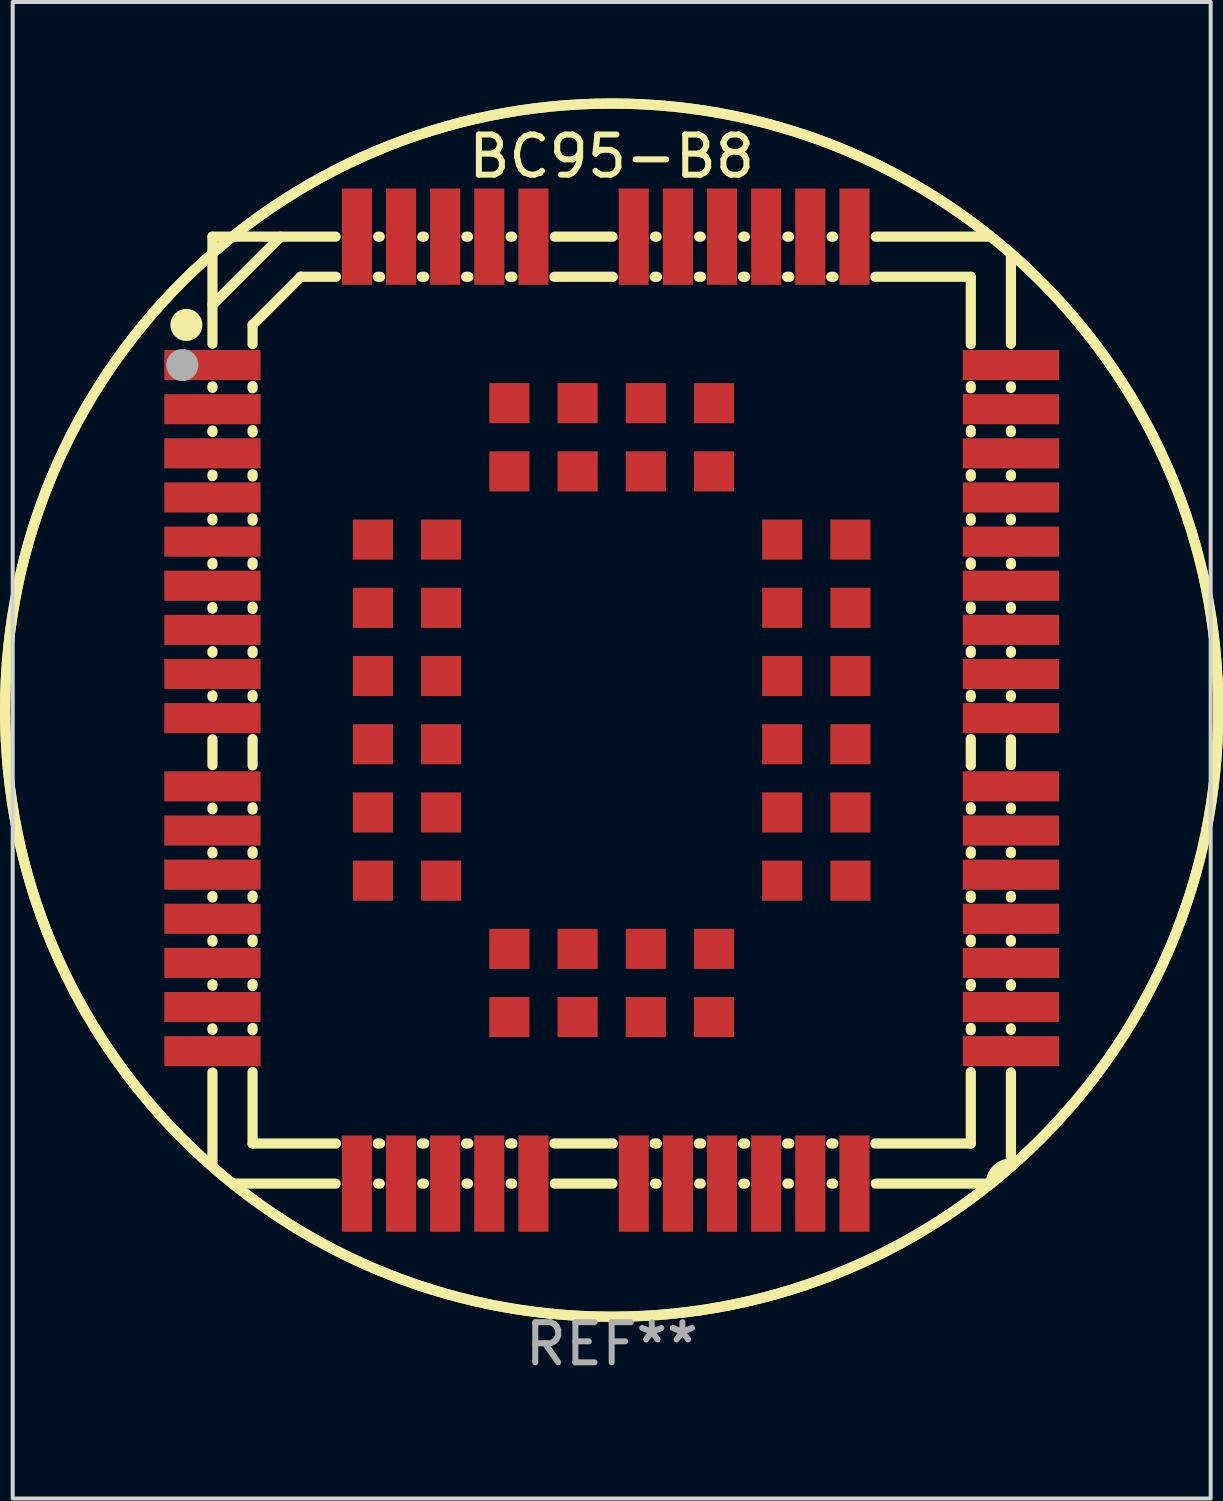
<source format=kicad_pcb>
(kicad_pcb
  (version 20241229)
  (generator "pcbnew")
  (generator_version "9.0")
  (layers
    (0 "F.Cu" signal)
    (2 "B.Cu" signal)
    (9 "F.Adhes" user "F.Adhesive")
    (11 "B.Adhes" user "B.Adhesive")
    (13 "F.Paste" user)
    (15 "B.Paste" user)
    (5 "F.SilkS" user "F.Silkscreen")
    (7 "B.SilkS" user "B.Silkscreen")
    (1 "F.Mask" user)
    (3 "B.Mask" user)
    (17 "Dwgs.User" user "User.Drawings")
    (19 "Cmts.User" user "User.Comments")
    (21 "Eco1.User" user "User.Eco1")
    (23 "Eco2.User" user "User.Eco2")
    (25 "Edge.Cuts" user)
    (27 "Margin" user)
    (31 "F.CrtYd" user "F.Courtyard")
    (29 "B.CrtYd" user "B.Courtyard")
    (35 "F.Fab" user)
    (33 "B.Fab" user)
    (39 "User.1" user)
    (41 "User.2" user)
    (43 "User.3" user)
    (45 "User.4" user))
  (footprint "BC95-B8"
    (layer "F.Cu")
    (at 11.928 14.648)
    (property "Reference" "BC95-B8" (at 0 -13.8 0) (layer "F.SilkS") (effects (font (size 1 1) (thickness 0.15))))
    (attr through_hole)
    (fp_line (start -9.95 -11.8) (end -9.95 -9.131) (stroke (width 0.254) (type solid)) (layer "F.SilkS"))
    (fp_line (start -9.95 -10.1) (end -8.25 -11.8) (stroke (width 0.254) (type solid)) (layer "F.SilkS"))
    (fp_line (start -9.95 -8.069) (end -9.95 -8.031) (stroke (width 0.254) (type solid)) (layer "F.SilkS"))
    (fp_line (start -9.95 -6.969) (end -9.95 -6.931) (stroke (width 0.254) (type solid)) (layer "F.SilkS"))
    (fp_line (start -9.95 -5.869) (end -9.95 -5.831) (stroke (width 0.254) (type solid)) (layer "F.SilkS"))
    (fp_line (start -9.95 -4.769) (end -9.95 -4.731) (stroke (width 0.254) (type solid)) (layer "F.SilkS"))
    (fp_line (start -9.95 -3.669) (end -9.95 -3.631) (stroke (width 0.254) (type solid)) (layer "F.SilkS"))
    (fp_line (start -9.95 -2.569) (end -9.95 -2.531) (stroke (width 0.254) (type solid)) (layer "F.SilkS"))
    (fp_line (start -9.95 -1.469) (end -9.95 -1.431) (stroke (width 0.254) (type solid)) (layer "F.SilkS"))
    (fp_line (start -9.95 -0.369) (end -9.95 -0.331) (stroke (width 0.254) (type solid)) (layer "F.SilkS"))
    (fp_line (start -9.95 0.731) (end -9.95 1.369) (stroke (width 0.254) (type solid)) (layer "F.SilkS"))
    (fp_line (start -9.95 2.431) (end -9.95 2.469) (stroke (width 0.254) (type solid)) (layer "F.SilkS"))
    (fp_line (start -9.95 3.531) (end -9.95 3.569) (stroke (width 0.254) (type solid)) (layer "F.SilkS"))
    (fp_line (start -9.95 4.631) (end -9.95 4.669) (stroke (width 0.254) (type solid)) (layer "F.SilkS"))
    (fp_line (start -9.95 5.731) (end -9.95 5.769) (stroke (width 0.254) (type solid)) (layer "F.SilkS"))
    (fp_line (start -9.95 6.831) (end -9.95 6.869) (stroke (width 0.254) (type solid)) (layer "F.SilkS"))
    (fp_line (start -9.95 7.931) (end -9.95 7.969) (stroke (width 0.254) (type solid)) (layer "F.SilkS"))
    (fp_line (start -9.95 9.031) (end -9.95 11.3) (stroke (width 0.254) (type solid)) (layer "F.SilkS"))
    (fp_line (start -9.45 11.8) (end -6.881 11.8) (stroke (width 0.254) (type solid)) (layer "F.SilkS"))
    (fp_line (start -8.95 -9.6) (end -8.95 -9.122) (stroke (width 0.254) (type solid)) (layer "F.SilkS"))
    (fp_line (start -8.95 -8.078) (end -8.95 -8.022) (stroke (width 0.254) (type solid)) (layer "F.SilkS"))
    (fp_line (start -8.95 -6.979) (end -8.95 -6.922) (stroke (width 0.254) (type solid)) (layer "F.SilkS"))
    (fp_line (start -8.95 -5.878) (end -8.95 -5.822) (stroke (width 0.254) (type solid)) (layer "F.SilkS"))
    (fp_line (start -8.95 -4.778) (end -8.95 -4.722) (stroke (width 0.254) (type solid)) (layer "F.SilkS"))
    (fp_line (start -8.95 -3.679) (end -8.95 -3.622) (stroke (width 0.254) (type solid)) (layer "F.SilkS"))
    (fp_line (start -8.95 -2.578) (end -8.95 -2.522) (stroke (width 0.254) (type solid)) (layer "F.SilkS"))
    (fp_line (start -8.95 -1.478) (end -8.95 -1.422) (stroke (width 0.254) (type solid)) (layer "F.SilkS"))
    (fp_line (start -8.95 -0.378) (end -8.95 -0.322) (stroke (width 0.254) (type solid)) (layer "F.SilkS"))
    (fp_line (start -8.95 0.721) (end -8.95 1.378) (stroke (width 0.254) (type solid)) (layer "F.SilkS"))
    (fp_line (start -8.95 2.422) (end -8.95 2.478) (stroke (width 0.254) (type solid)) (layer "F.SilkS"))
    (fp_line (start -8.95 3.522) (end -8.95 3.578) (stroke (width 0.254) (type solid)) (layer "F.SilkS"))
    (fp_line (start -8.95 4.622) (end -8.95 4.678) (stroke (width 0.254) (type solid)) (layer "F.SilkS"))
    (fp_line (start -8.95 5.721) (end -8.95 5.778) (stroke (width 0.254) (type solid)) (layer "F.SilkS"))
    (fp_line (start -8.95 6.822) (end -8.95 6.878) (stroke (width 0.254) (type solid)) (layer "F.SilkS"))
    (fp_line (start -8.95 7.922) (end -8.95 7.978) (stroke (width 0.254) (type solid)) (layer "F.SilkS"))
    (fp_line (start -8.95 9.021) (end -8.95 10.8) (stroke (width 0.254) (type solid)) (layer "F.SilkS"))
    (fp_line (start -8.95 10.8) (end -6.872 10.8) (stroke (width 0.254) (type solid)) (layer "F.SilkS"))
    (fp_line (start -7.75 -10.8) (end -8.95 -9.6) (stroke (width 0.254) (type solid)) (layer "F.SilkS"))
    (fp_line (start -7.75 -10.8) (end -7.75 -10.8) (stroke (width 0.254) (type solid)) (layer "F.SilkS"))
    (fp_line (start -7.75 -10.8) (end -6.872 -10.8) (stroke (width 0.254) (type solid)) (layer "F.SilkS"))
    (fp_line (start -6.881 -11.8) (end -9.95 -11.8) (stroke (width 0.254) (type solid)) (layer "F.SilkS"))
    (fp_line (start -5.829 -10.8) (end -5.772 -10.8) (stroke (width 0.254) (type solid)) (layer "F.SilkS"))
    (fp_line (start -5.829 10.8) (end -5.772 10.8) (stroke (width 0.254) (type solid)) (layer "F.SilkS"))
    (fp_line (start -5.819 11.8) (end -5.781 11.8) (stroke (width 0.254) (type solid)) (layer "F.SilkS"))
    (fp_line (start -5.781 -11.8) (end -5.819 -11.8) (stroke (width 0.254) (type solid)) (layer "F.SilkS"))
    (fp_line (start -4.728 -10.8) (end -4.672 -10.8) (stroke (width 0.254) (type solid)) (layer "F.SilkS"))
    (fp_line (start -4.728 10.8) (end -4.672 10.8) (stroke (width 0.254) (type solid)) (layer "F.SilkS"))
    (fp_line (start -4.719 11.8) (end -4.681 11.8) (stroke (width 0.254) (type solid)) (layer "F.SilkS"))
    (fp_line (start -4.681 -11.8) (end -4.719 -11.8) (stroke (width 0.254) (type solid)) (layer "F.SilkS"))
    (fp_line (start -3.628 -10.8) (end -3.572 -10.8) (stroke (width 0.254) (type solid)) (layer "F.SilkS"))
    (fp_line (start -3.628 10.8) (end -3.572 10.8) (stroke (width 0.254) (type solid)) (layer "F.SilkS"))
    (fp_line (start -3.619 11.8) (end -3.581 11.8) (stroke (width 0.254) (type solid)) (layer "F.SilkS"))
    (fp_line (start -3.581 -11.8) (end -3.619 -11.8) (stroke (width 0.254) (type solid)) (layer "F.SilkS"))
    (fp_line (start -2.529 -10.8) (end -2.472 -10.8) (stroke (width 0.254) (type solid)) (layer "F.SilkS"))
    (fp_line (start -2.529 10.8) (end -2.472 10.8) (stroke (width 0.254) (type solid)) (layer "F.SilkS"))
    (fp_line (start -2.519 11.8) (end -2.481 11.8) (stroke (width 0.254) (type solid)) (layer "F.SilkS"))
    (fp_line (start -2.481 -11.8) (end -2.519 -11.8) (stroke (width 0.254) (type solid)) (layer "F.SilkS"))
    (fp_line (start -1.428 -10.8) (end 0.028 -10.8) (stroke (width 0.254) (type solid)) (layer "F.SilkS"))
    (fp_line (start -1.428 10.8) (end 0.028 10.8) (stroke (width 0.254) (type solid)) (layer "F.SilkS"))
    (fp_line (start -1.419 11.8) (end 0.019 11.8) (stroke (width 0.254) (type solid)) (layer "F.SilkS"))
    (fp_line (start 0.019 -11.8) (end -1.419 -11.8) (stroke (width 0.254) (type solid)) (layer "F.SilkS"))
    (fp_line (start 1.072 -10.8) (end 1.128 -10.8) (stroke (width 0.254) (type solid)) (layer "F.SilkS"))
    (fp_line (start 1.072 10.8) (end 1.128 10.8) (stroke (width 0.254) (type solid)) (layer "F.SilkS"))
    (fp_line (start 1.081 11.8) (end 1.119 11.8) (stroke (width 0.254) (type solid)) (layer "F.SilkS"))
    (fp_line (start 1.119 -11.8) (end 1.081 -11.8) (stroke (width 0.254) (type solid)) (layer "F.SilkS"))
    (fp_line (start 2.171 -10.8) (end 2.228 -10.8) (stroke (width 0.254) (type solid)) (layer "F.SilkS"))
    (fp_line (start 2.171 10.8) (end 2.228 10.8) (stroke (width 0.254) (type solid)) (layer "F.SilkS"))
    (fp_line (start 2.181 11.8) (end 2.219 11.8) (stroke (width 0.254) (type solid)) (layer "F.SilkS"))
    (fp_line (start 2.219 -11.8) (end 2.181 -11.8) (stroke (width 0.254) (type solid)) (layer "F.SilkS"))
    (fp_line (start 3.272 -10.8) (end 3.328 -10.8) (stroke (width 0.254) (type solid)) (layer "F.SilkS"))
    (fp_line (start 3.272 10.8) (end 3.328 10.8) (stroke (width 0.254) (type solid)) (layer "F.SilkS"))
    (fp_line (start 3.281 11.8) (end 3.319 11.8) (stroke (width 0.254) (type solid)) (layer "F.SilkS"))
    (fp_line (start 3.319 -11.8) (end 3.281 -11.8) (stroke (width 0.254) (type solid)) (layer "F.SilkS"))
    (fp_line (start 4.372 -10.8) (end 4.428 -10.8) (stroke (width 0.254) (type solid)) (layer "F.SilkS"))
    (fp_line (start 4.372 10.8) (end 4.428 10.8) (stroke (width 0.254) (type solid)) (layer "F.SilkS"))
    (fp_line (start 4.381 11.8) (end 4.419 11.8) (stroke (width 0.254) (type solid)) (layer "F.SilkS"))
    (fp_line (start 4.419 -11.8) (end 4.381 -11.8) (stroke (width 0.254) (type solid)) (layer "F.SilkS"))
    (fp_line (start 5.472 -10.8) (end 5.528 -10.8) (stroke (width 0.254) (type solid)) (layer "F.SilkS"))
    (fp_line (start 5.472 10.8) (end 5.528 10.8) (stroke (width 0.254) (type solid)) (layer "F.SilkS"))
    (fp_line (start 5.481 11.8) (end 5.519 11.8) (stroke (width 0.254) (type solid)) (layer "F.SilkS"))
    (fp_line (start 5.519 -11.8) (end 5.481 -11.8) (stroke (width 0.254) (type solid)) (layer "F.SilkS"))
    (fp_line (start 6.572 -10.8) (end 8.95 -10.8) (stroke (width 0.254) (type solid)) (layer "F.SilkS"))
    (fp_line (start 6.572 10.8) (end 8.95 10.8) (stroke (width 0.254) (type solid)) (layer "F.SilkS"))
    (fp_line (start 6.581 11.8) (end 9.45 11.8) (stroke (width 0.254) (type solid)) (layer "F.SilkS"))
    (fp_line (start 8.95 -10.8) (end 8.95 -9.122) (stroke (width 0.254) (type solid)) (layer "F.SilkS"))
    (fp_line (start 8.95 -8.078) (end 8.95 -8.022) (stroke (width 0.254) (type solid)) (layer "F.SilkS"))
    (fp_line (start 8.95 -6.979) (end 8.95 -6.922) (stroke (width 0.254) (type solid)) (layer "F.SilkS"))
    (fp_line (start 8.95 -5.878) (end 8.95 -5.822) (stroke (width 0.254) (type solid)) (layer "F.SilkS"))
    (fp_line (start 8.95 -4.778) (end 8.95 -4.722) (stroke (width 0.254) (type solid)) (layer "F.SilkS"))
    (fp_line (start 8.95 -3.679) (end 8.95 -3.622) (stroke (width 0.254) (type solid)) (layer "F.SilkS"))
    (fp_line (start 8.95 -2.578) (end 8.95 -2.522) (stroke (width 0.254) (type solid)) (layer "F.SilkS"))
    (fp_line (start 8.95 -1.478) (end 8.95 -1.422) (stroke (width 0.254) (type solid)) (layer "F.SilkS"))
    (fp_line (start 8.95 -0.378) (end 8.95 -0.322) (stroke (width 0.254) (type solid)) (layer "F.SilkS"))
    (fp_line (start 8.95 0.721) (end 8.95 1.378) (stroke (width 0.254) (type solid)) (layer "F.SilkS"))
    (fp_line (start 8.95 2.422) (end 8.95 2.478) (stroke (width 0.254) (type solid)) (layer "F.SilkS"))
    (fp_line (start 8.95 3.522) (end 8.95 3.578) (stroke (width 0.254) (type solid)) (layer "F.SilkS"))
    (fp_line (start 8.95 4.622) (end 8.95 4.678) (stroke (width 0.254) (type solid)) (layer "F.SilkS"))
    (fp_line (start 8.95 5.721) (end 8.95 5.778) (stroke (width 0.254) (type solid)) (layer "F.SilkS"))
    (fp_line (start 8.95 6.822) (end 8.95 6.878) (stroke (width 0.254) (type solid)) (layer "F.SilkS"))
    (fp_line (start 8.95 7.922) (end 8.95 7.978) (stroke (width 0.254) (type solid)) (layer "F.SilkS"))
    (fp_line (start 8.95 9.021) (end 8.95 10.8) (stroke (width 0.254) (type solid)) (layer "F.SilkS"))
    (fp_line (start 9.45 -11.8) (end 6.581 -11.8) (stroke (width 0.254) (type solid)) (layer "F.SilkS"))
    (fp_line (start 9.95 -11.3) (end 9.95 -9.131) (stroke (width 0.254) (type solid)) (layer "F.SilkS"))
    (fp_line (start 9.95 -8.069) (end 9.95 -8.031) (stroke (width 0.254) (type solid)) (layer "F.SilkS"))
    (fp_line (start 9.95 -6.969) (end 9.95 -6.931) (stroke (width 0.254) (type solid)) (layer "F.SilkS"))
    (fp_line (start 9.95 -5.869) (end 9.95 -5.831) (stroke (width 0.254) (type solid)) (layer "F.SilkS"))
    (fp_line (start 9.95 -4.769) (end 9.95 -4.731) (stroke (width 0.254) (type solid)) (layer "F.SilkS"))
    (fp_line (start 9.95 -3.669) (end 9.95 -3.631) (stroke (width 0.254) (type solid)) (layer "F.SilkS"))
    (fp_line (start 9.95 -2.569) (end 9.95 -2.531) (stroke (width 0.254) (type solid)) (layer "F.SilkS"))
    (fp_line (start 9.95 -1.469) (end 9.95 -1.431) (stroke (width 0.254) (type solid)) (layer "F.SilkS"))
    (fp_line (start 9.95 -0.369) (end 9.95 -0.331) (stroke (width 0.254) (type solid)) (layer "F.SilkS"))
    (fp_line (start 9.95 0.731) (end 9.95 1.369) (stroke (width 0.254) (type solid)) (layer "F.SilkS"))
    (fp_line (start 9.95 2.431) (end 9.95 2.469) (stroke (width 0.254) (type solid)) (layer "F.SilkS"))
    (fp_line (start 9.95 3.531) (end 9.95 3.569) (stroke (width 0.254) (type solid)) (layer "F.SilkS"))
    (fp_line (start 9.95 4.631) (end 9.95 4.669) (stroke (width 0.254) (type solid)) (layer "F.SilkS"))
    (fp_line (start 9.95 5.731) (end 9.95 5.769) (stroke (width 0.254) (type solid)) (layer "F.SilkS"))
    (fp_line (start 9.95 6.831) (end 9.95 6.869) (stroke (width 0.254) (type solid)) (layer "F.SilkS"))
    (fp_line (start 9.95 7.931) (end 9.95 7.969) (stroke (width 0.254) (type solid)) (layer "F.SilkS"))
    (fp_line (start 9.95 9.031) (end 9.95 11.3) (stroke (width 0.254) (type solid)) (layer "F.SilkS"))
    (fp_arc (start -9.449962 11.800102) (mid 9.449984 -11.800124) (end -9.449962 11.800102) (stroke (width 0.254001) (type solid)) (layer "F.SilkS"))
    (fp_arc (start 9.449962 -11.800102) (mid -9.449984 11.800124) (end 9.449962 -11.800102) (stroke (width 0.254001) (type solid)) (layer "F.SilkS"))
    (fp_arc (start 9.449962 11.800102) (mid 9.596382 11.446448) (end 9.950013 11.299975) (stroke (width 0.254001) (type solid)) (layer "F.SilkS"))
    (fp_circle (center -10.6 -9.6) (end -10.4 -9.6) (stroke (width 0.4) (type solid)) (fill no) (layer "F.SilkS"))
    (fp_circle (center -10 -11.8) (end -9.97 -11.8) (stroke (width 0.06) (type solid)) (fill no) (layer "F.SilkS"))
    (fp_circle (center -10.7 -8.6) (end -10.5 -8.6) (stroke (width 0.4) (type solid)) (fill no) (layer "F.Fab"))
    (fp_text user "REF**" (at 0 15.8 0) (layer "F.Fab") (effects (font (size 1 1) (thickness 0.15))))
    (pad "1" smd rect (at -9.95 -8.6) (size 2.4 0.75) (layers "F.Cu" "F.Mask" "F.Paste"))
    (pad "2" smd rect (at -9.95 -7.5) (size 2.4 0.75) (layers "F.Cu" "F.Mask" "F.Paste"))
    (pad "3" smd rect (at -9.95 -6.4) (size 2.4 0.75) (layers "F.Cu" "F.Mask" "F.Paste"))
    (pad "4" smd rect (at -9.95 -5.3) (size 2.4 0.75) (layers "F.Cu" "F.Mask" "F.Paste"))
    (pad "5" smd rect (at -9.95 -4.2) (size 2.4 0.75) (layers "F.Cu" "F.Mask" "F.Paste"))
    (pad "6" smd rect (at -9.95 -3.1) (size 2.4 0.75) (layers "F.Cu" "F.Mask" "F.Paste"))
    (pad "7" smd rect (at -9.95 -2) (size 2.4 0.75) (layers "F.Cu" "F.Mask" "F.Paste"))
    (pad "8" smd rect (at -9.95 -0.9) (size 2.4 0.75) (layers "F.Cu" "F.Mask" "F.Paste"))
    (pad "9" smd rect (at -9.95 0.2) (size 2.4 0.75) (layers "F.Cu" "F.Mask" "F.Paste"))
    (pad "10" smd rect (at -9.95 1.9) (size 2.4 0.75) (layers "F.Cu" "F.Mask" "F.Paste"))
    (pad "11" smd rect (at -9.95 3) (size 2.4 0.75) (layers "F.Cu" "F.Mask" "F.Paste"))
    (pad "12" smd rect (at -9.95 4.1) (size 2.4 0.75) (layers "F.Cu" "F.Mask" "F.Paste"))
    (pad "13" smd rect (at -9.95 5.2) (size 2.4 0.75) (layers "F.Cu" "F.Mask" "F.Paste"))
    (pad "14" smd rect (at -9.95 6.3) (size 2.4 0.75) (layers "F.Cu" "F.Mask" "F.Paste"))
    (pad "15" smd rect (at -9.95 7.4) (size 2.4 0.75) (layers "F.Cu" "F.Mask" "F.Paste"))
    (pad "16" smd rect (at -9.95 8.5) (size 2.4 0.75) (layers "F.Cu" "F.Mask" "F.Paste"))
    (pad "17" smd rect (at -6.35 11.8 90) (size 2.4 0.75) (layers "F.Cu" "F.Mask" "F.Paste"))
    (pad "18" smd rect (at -5.25 11.8 90) (size 2.4 0.75) (layers "F.Cu" "F.Mask" "F.Paste"))
    (pad "19" smd rect (at -4.15 11.8 90) (size 2.4 0.75) (layers "F.Cu" "F.Mask" "F.Paste"))
    (pad "20" smd rect (at -3.05 11.8 90) (size 2.4 0.75) (layers "F.Cu" "F.Mask" "F.Paste"))
    (pad "21" smd rect (at -1.95 11.8 90) (size 2.4 0.75) (layers "F.Cu" "F.Mask" "F.Paste"))
    (pad "22" smd rect (at 0.55 11.8 90) (size 2.4 0.75) (layers "F.Cu" "F.Mask" "F.Paste"))
    (pad "23" smd rect (at 1.65 11.8 90) (size 2.4 0.75) (layers "F.Cu" "F.Mask" "F.Paste"))
    (pad "24" smd rect (at 2.75 11.8 90) (size 2.4 0.75) (layers "F.Cu" "F.Mask" "F.Paste"))
    (pad "25" smd rect (at 3.85 11.8 90) (size 2.4 0.75) (layers "F.Cu" "F.Mask" "F.Paste"))
    (pad "26" smd rect (at 4.95 11.8 90) (size 2.4 0.75) (layers "F.Cu" "F.Mask" "F.Paste"))
    (pad "27" smd rect (at 6.05 11.8 90) (size 2.4 0.75) (layers "F.Cu" "F.Mask" "F.Paste"))
    (pad "28" smd rect (at 9.95 8.5) (size 2.4 0.75) (layers "F.Cu" "F.Mask" "F.Paste"))
    (pad "29" smd rect (at 9.95 7.4) (size 2.4 0.75) (layers "F.Cu" "F.Mask" "F.Paste"))
    (pad "30" smd rect (at 9.95 6.3) (size 2.4 0.75) (layers "F.Cu" "F.Mask" "F.Paste"))
    (pad "31" smd rect (at 9.95 5.2) (size 2.4 0.75) (layers "F.Cu" "F.Mask" "F.Paste"))
    (pad "32" smd rect (at 9.95 4.1) (size 2.4 0.75) (layers "F.Cu" "F.Mask" "F.Paste"))
    (pad "33" smd rect (at 9.95 3) (size 2.4 0.75) (layers "F.Cu" "F.Mask" "F.Paste"))
    (pad "34" smd rect (at 9.95 1.9) (size 2.4 0.75) (layers "F.Cu" "F.Mask" "F.Paste"))
    (pad "35" smd rect (at 9.95 0.2) (size 2.4 0.75) (layers "F.Cu" "F.Mask" "F.Paste"))
    (pad "36" smd rect (at 9.95 -0.9) (size 2.4 0.75) (layers "F.Cu" "F.Mask" "F.Paste"))
    (pad "37" smd rect (at 9.95 -2) (size 2.4 0.75) (layers "F.Cu" "F.Mask" "F.Paste"))
    (pad "38" smd rect (at 9.95 -3.1) (size 2.4 0.75) (layers "F.Cu" "F.Mask" "F.Paste"))
    (pad "39" smd rect (at 9.95 -4.2) (size 2.4 0.75) (layers "F.Cu" "F.Mask" "F.Paste"))
    (pad "40" smd rect (at 9.95 -5.3) (size 2.4 0.75) (layers "F.Cu" "F.Mask" "F.Paste"))
    (pad "41" smd rect (at 9.95 -6.4) (size 2.4 0.75) (layers "F.Cu" "F.Mask" "F.Paste"))
    (pad "42" smd rect (at 9.95 -7.5) (size 2.4 0.75) (layers "F.Cu" "F.Mask" "F.Paste"))
    (pad "43" smd rect (at 9.95 -8.6) (size 2.4 0.75) (layers "F.Cu" "F.Mask" "F.Paste"))
    (pad "44" smd rect (at 6.05 -11.8 90) (size 2.4 0.75) (layers "F.Cu" "F.Mask" "F.Paste"))
    (pad "45" smd rect (at 4.95 -11.8 90) (size 2.4 0.75) (layers "F.Cu" "F.Mask" "F.Paste"))
    (pad "46" smd rect (at 3.85 -11.8 90) (size 2.4 0.75) (layers "F.Cu" "F.Mask" "F.Paste"))
    (pad "47" smd rect (at 2.75 -11.8 90) (size 2.4 0.75) (layers "F.Cu" "F.Mask" "F.Paste"))
    (pad "48" smd rect (at 1.65 -11.8 90) (size 2.4 0.75) (layers "F.Cu" "F.Mask" "F.Paste"))
    (pad "49" smd rect (at 0.55 -11.8 90) (size 2.4 0.75) (layers "F.Cu" "F.Mask" "F.Paste"))
    (pad "50" smd rect (at -1.95 -11.8 90) (size 2.4 0.75) (layers "F.Cu" "F.Mask" "F.Paste"))
    (pad "51" smd rect (at -3.05 -11.8 90) (size 2.4 0.75) (layers "F.Cu" "F.Mask" "F.Paste"))
    (pad "52" smd rect (at -4.15 -11.8 90) (size 2.4 0.75) (layers "F.Cu" "F.Mask" "F.Paste"))
    (pad "53" smd rect (at -5.25 -11.8 90) (size 2.4 0.75) (layers "F.Cu" "F.Mask" "F.Paste"))
    (pad "54" smd rect (at -6.35 -11.8 90) (size 2.4 0.75) (layers "F.Cu" "F.Mask" "F.Paste"))
    (pad "55" smd rect (at -5.95 -4.25 90) (size 1 1) (layers "F.Cu" "F.Mask" "F.Paste"))
    (pad "56" smd rect (at -5.95 -2.55 90) (size 1 1) (layers "F.Cu" "F.Mask" "F.Paste"))
    (pad "57" smd rect (at -5.95 -0.85 90) (size 1 1) (layers "F.Cu" "F.Mask" "F.Paste"))
    (pad "58" smd rect (at -5.95 0.85 90) (size 1 1) (layers "F.Cu" "F.Mask" "F.Paste"))
    (pad "59" smd rect (at -5.95 2.55 90) (size 1 1) (layers "F.Cu" "F.Mask" "F.Paste"))
    (pad "60" smd rect (at -5.95 4.25 90) (size 1 1) (layers "F.Cu" "F.Mask" "F.Paste"))
    (pad "61" smd rect (at -2.55 7.65 90) (size 1 1) (layers "F.Cu" "F.Mask" "F.Paste"))
    (pad "62" smd rect (at -0.85 7.65 90) (size 1 1) (layers "F.Cu" "F.Mask" "F.Paste"))
    (pad "63" smd rect (at 0.85 7.65 90) (size 1 1) (layers "F.Cu" "F.Mask" "F.Paste"))
    (pad "64" smd rect (at 2.55 7.65 90) (size 1 1) (layers "F.Cu" "F.Mask" "F.Paste"))
    (pad "65" smd rect (at 5.95 4.25 90) (size 1 1) (layers "F.Cu" "F.Mask" "F.Paste"))
    (pad "66" smd rect (at 5.95 2.55 90) (size 1 1) (layers "F.Cu" "F.Mask" "F.Paste"))
    (pad "67" smd rect (at 5.95 0.85 90) (size 1 1) (layers "F.Cu" "F.Mask" "F.Paste"))
    (pad "68" smd rect (at 5.95 -0.85 90) (size 1 1) (layers "F.Cu" "F.Mask" "F.Paste"))
    (pad "69" smd rect (at 5.95 -2.55 90) (size 1 1) (layers "F.Cu" "F.Mask" "F.Paste"))
    (pad "70" smd rect (at 5.95 -4.25 90) (size 1 1) (layers "F.Cu" "F.Mask" "F.Paste"))
    (pad "71" smd rect (at 2.55 -7.65 90) (size 1 1) (layers "F.Cu" "F.Mask" "F.Paste"))
    (pad "72" smd rect (at 0.85 -7.65 90) (size 1 1) (layers "F.Cu" "F.Mask" "F.Paste"))
    (pad "73" smd rect (at -0.85 -7.65 90) (size 1 1) (layers "F.Cu" "F.Mask" "F.Paste"))
    (pad "74" smd rect (at -2.55 -7.65 90) (size 1 1) (layers "F.Cu" "F.Mask" "F.Paste"))
    (pad "75" smd rect (at -4.25 -4.25 90) (size 1 1) (layers "F.Cu" "F.Mask" "F.Paste"))
    (pad "76" smd rect (at -4.25 -2.55 90) (size 1 1) (layers "F.Cu" "F.Mask" "F.Paste"))
    (pad "77" smd rect (at -4.25 -0.85 90) (size 1 1) (layers "F.Cu" "F.Mask" "F.Paste"))
    (pad "78" smd rect (at -4.25 0.85 90) (size 1 1) (layers "F.Cu" "F.Mask" "F.Paste"))
    (pad "79" smd rect (at -4.25 2.55 90) (size 1 1) (layers "F.Cu" "F.Mask" "F.Paste"))
    (pad "80" smd rect (at -4.25 4.25 90) (size 1 1) (layers "F.Cu" "F.Mask" "F.Paste"))
    (pad "81" smd rect (at -2.55 5.95 90) (size 1 1) (layers "F.Cu" "F.Mask" "F.Paste"))
    (pad "82" smd rect (at -0.85 5.95 90) (size 1 1) (layers "F.Cu" "F.Mask" "F.Paste"))
    (pad "83" smd rect (at 0.85 5.95 90) (size 1 1) (layers "F.Cu" "F.Mask" "F.Paste"))
    (pad "84" smd rect (at 2.55 5.95 90) (size 1 1) (layers "F.Cu" "F.Mask" "F.Paste"))
    (pad "85" smd rect (at 4.25 4.25 90) (size 1 1) (layers "F.Cu" "F.Mask" "F.Paste"))
    (pad "86" smd rect (at 4.25 2.55 90) (size 1 1) (layers "F.Cu" "F.Mask" "F.Paste"))
    (pad "87" smd rect (at 4.25 0.85 90) (size 1 1) (layers "F.Cu" "F.Mask" "F.Paste"))
    (pad "88" smd rect (at 4.25 -0.85 90) (size 1 1) (layers "F.Cu" "F.Mask" "F.Paste"))
    (pad "89" smd rect (at 4.25 -2.55 90) (size 1 1) (layers "F.Cu" "F.Mask" "F.Paste"))
    (pad "90" smd rect (at 4.25 -4.25 90) (size 1 1) (layers "F.Cu" "F.Mask" "F.Paste"))
    (pad "91" smd rect (at 2.55 -5.95 90) (size 1 1) (layers "F.Cu" "F.Mask" "F.Paste"))
    (pad "92" smd rect (at 0.85 -5.95 90) (size 1 1) (layers "F.Cu" "F.Mask" "F.Paste"))
    (pad "93" smd rect (at -0.85 -5.95 90) (size 1 1) (layers "F.Cu" "F.Mask" "F.Paste"))
    (pad "94" smd rect (at -2.55 -5.95 90) (size 1 1) (layers "F.Cu" "F.Mask" "F.Paste")))
  (gr_rect
    (start -3 -3)
    (end 26.856 34.297)
    (stroke (width 0.1) (type default))
    (fill no)
    (layer "Edge.Cuts")))
</source>
